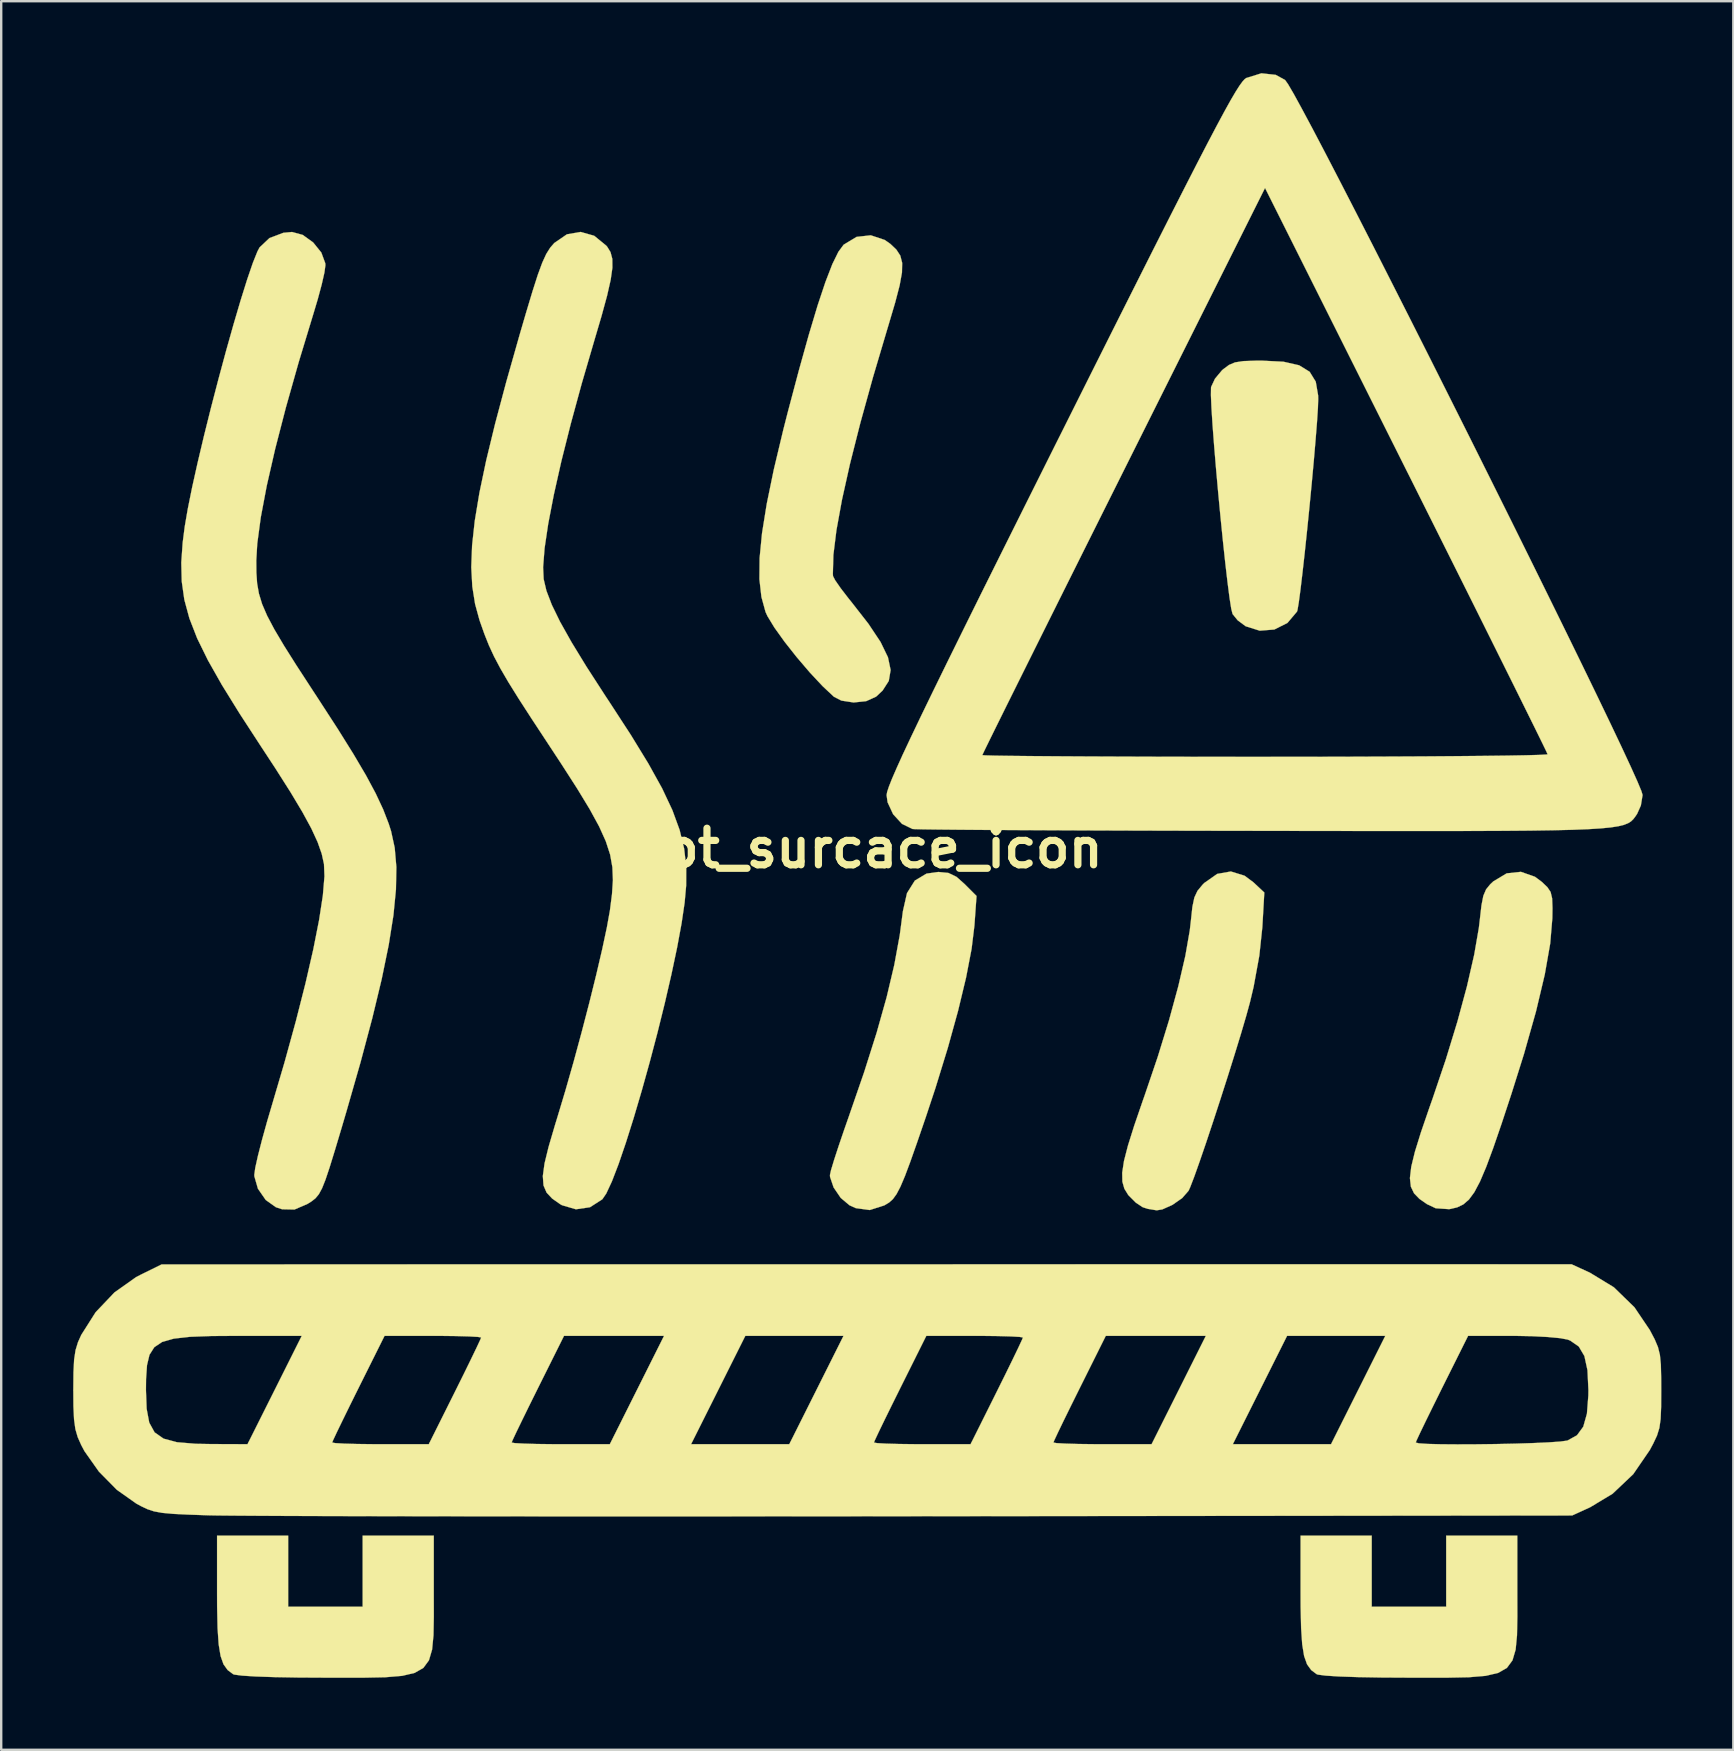
<source format=kicad_pcb>
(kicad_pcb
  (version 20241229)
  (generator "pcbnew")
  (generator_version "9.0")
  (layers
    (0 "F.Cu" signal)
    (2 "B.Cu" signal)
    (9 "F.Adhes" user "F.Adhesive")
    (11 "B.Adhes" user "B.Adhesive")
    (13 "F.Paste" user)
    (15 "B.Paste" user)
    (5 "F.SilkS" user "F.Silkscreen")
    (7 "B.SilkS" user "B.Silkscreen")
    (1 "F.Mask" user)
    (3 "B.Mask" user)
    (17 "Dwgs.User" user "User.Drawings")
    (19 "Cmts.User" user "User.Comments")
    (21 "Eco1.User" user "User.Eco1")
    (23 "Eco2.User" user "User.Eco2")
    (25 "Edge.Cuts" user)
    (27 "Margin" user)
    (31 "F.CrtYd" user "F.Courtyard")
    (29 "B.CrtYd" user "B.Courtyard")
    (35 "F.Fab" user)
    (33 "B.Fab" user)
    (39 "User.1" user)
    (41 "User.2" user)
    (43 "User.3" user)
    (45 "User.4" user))
  (footprint "hot_surcace_icon"
    (layer "F.Cu")
    (at 33.089 32.3)
    (property "Reference" "hot_surcace_icon" (at 0 0 0) (layer "F.SilkS") (effects (font (size 1.524 1.524) (thickness 0.3))))
    (attr through_hole)
    (fp_poly (pts (xy -24.13 31.609) (xy -21.026 31.609) (xy -21.026 28.646) (xy -18.062 28.646) (xy -18.062 31.054) (xy -18.06 32.024) (xy -18.074 32.798) (xy -18.132 33.396) (xy -18.263 33.842) (xy -18.495 34.158) (xy -18.858 34.366) (xy -19.379 34.489) (xy -20.088 34.548) (xy -21.014 34.566) (xy -22.184 34.565) (xy -22.578 34.565) (xy -23.723 34.559) (xy -24.702 34.542) (xy -25.487 34.516) (xy -26.053 34.48) (xy -26.372 34.438) (xy -26.423 34.42) (xy -26.652 34.248) (xy -26.824 34.009) (xy -26.946 33.665) (xy -27.026 33.176) (xy -27.072 32.503) (xy -27.091 31.607) (xy -27.093 31.051) (xy -27.093 28.646) (xy -24.13 28.646) (xy -24.13 31.609)) (stroke (width 0.01) (type solid)) (fill yes) (layer "F.SilkS"))
    (fp_poly (pts (xy 21.026 31.609) (xy 24.13 31.609) (xy 24.13 28.646) (xy 27.093 28.646) (xy 27.093 31.054) (xy 27.095 32.024) (xy 27.081 32.798) (xy 27.024 33.396) (xy 26.893 33.842) (xy 26.66 34.158) (xy 26.298 34.366) (xy 25.776 34.489) (xy 25.067 34.548) (xy 24.142 34.566) (xy 22.972 34.565) (xy 22.578 34.565) (xy 21.432 34.559) (xy 20.454 34.542) (xy 19.669 34.516) (xy 19.103 34.48) (xy 18.784 34.438) (xy 18.732 34.42) (xy 18.503 34.248) (xy 18.331 34.009) (xy 18.209 33.665) (xy 18.129 33.176) (xy 18.084 32.503) (xy 18.064 31.607) (xy 18.062 31.051) (xy 18.062 28.646) (xy 21.026 28.646) (xy 21.026 31.609)) (stroke (width 0.01) (type solid)) (fill yes) (layer "F.SilkS"))
    (fp_poly (pts (xy 3.385 1.029) (xy 3.72 1.19) (xy 4.056 1.488) (xy 4.557 1.989) (xy 4.469 3.224) (xy 4.351 4.194) (xy 4.121 5.388) (xy 3.788 6.773) (xy 3.361 8.316) (xy 2.847 9.986) (xy 2.448 11.19) (xy 2.089 12.236) (xy 1.803 13.048) (xy 1.575 13.658) (xy 1.387 14.102) (xy 1.225 14.411) (xy 1.073 14.621) (xy 0.915 14.763) (xy 0.735 14.872) (xy 0.71 14.885) (xy 0.107 15.077) (xy -0.475 14.998) (xy -0.739 14.878) (xy -1.102 14.572) (xy -1.398 14.138) (xy -1.547 13.699) (xy -1.552 13.619) (xy -1.507 13.415) (xy -1.381 12.996) (xy -1.19 12.412) (xy -0.951 11.71) (xy -0.769 11.191) (xy -0.126 9.329) (xy 0.397 7.679) (xy 0.812 6.204) (xy 1.129 4.865) (xy 1.357 3.624) (xy 1.489 2.622) (xy 1.66 1.868) (xy 1.987 1.347) (xy 2.474 1.057) (xy 2.967 0.988) (xy 3.385 1.029)) (stroke (width 0.01) (type solid)) (fill yes) (layer "F.SilkS"))
    (fp_poly (pts (xy 27.83 1.189) (xy 28.114 1.401) (xy 28.345 1.621) (xy 28.481 1.822) (xy 28.544 2.086) (xy 28.559 2.492) (xy 28.553 2.918) (xy 28.465 3.968) (xy 28.238 5.261) (xy 27.873 6.798) (xy 27.37 8.578) (xy 26.85 10.231) (xy 26.437 11.483) (xy 26.09 12.492) (xy 25.795 13.286) (xy 25.538 13.891) (xy 25.303 14.334) (xy 25.076 14.643) (xy 24.842 14.844) (xy 24.587 14.966) (xy 24.296 15.034) (xy 24.253 15.041) (xy 23.693 15.003) (xy 23.328 14.831) (xy 23.014 14.612) (xy 22.79 14.381) (xy 22.658 14.104) (xy 22.618 13.745) (xy 22.674 13.272) (xy 22.826 12.649) (xy 23.076 11.842) (xy 23.427 10.818) (xy 23.56 10.442) (xy 24.116 8.797) (xy 24.599 7.219) (xy 24.996 5.752) (xy 25.297 4.437) (xy 25.491 3.319) (xy 25.531 2.981) (xy 25.6 2.379) (xy 25.678 1.982) (xy 25.792 1.714) (xy 25.968 1.498) (xy 26.093 1.381) (xy 26.651 1.046) (xy 27.244 0.983) (xy 27.83 1.189)) (stroke (width 0.01) (type solid)) (fill yes) (layer "F.SilkS"))
    (fp_poly (pts (xy 17.349 -20.275) (xy 18.001 -20.127) (xy 18.439 -19.857) (xy 18.694 -19.444) (xy 18.793 -18.87) (xy 18.796 -18.718) (xy 18.784 -18.345) (xy 18.746 -17.766) (xy 18.687 -17.021) (xy 18.613 -16.154) (xy 18.526 -15.207) (xy 18.431 -14.223) (xy 18.332 -13.244) (xy 18.234 -12.314) (xy 18.14 -11.474) (xy 18.056 -10.767) (xy 17.985 -10.236) (xy 17.932 -9.924) (xy 17.914 -9.864) (xy 17.513 -9.389) (xy 16.97 -9.116) (xy 16.359 -9.067) (xy 15.773 -9.251) (xy 15.438 -9.501) (xy 15.228 -9.76) (xy 15.173 -9.977) (xy 15.101 -10.434) (xy 15.017 -11.087) (xy 14.923 -11.896) (xy 14.824 -12.817) (xy 14.724 -13.81) (xy 14.627 -14.83) (xy 14.537 -15.837) (xy 14.458 -16.788) (xy 14.393 -17.641) (xy 14.348 -18.354) (xy 14.325 -18.884) (xy 14.329 -19.19) (xy 14.333 -19.223) (xy 14.495 -19.569) (xy 14.786 -19.917) (xy 14.838 -19.963) (xy 15.078 -20.141) (xy 15.33 -20.248) (xy 15.675 -20.301) (xy 16.191 -20.319) (xy 16.457 -20.32) (xy 17.349 -20.275)) (stroke (width 0.01) (type solid)) (fill yes) (layer "F.SilkS"))
    (fp_poly (pts (xy 15.726 1.144) (xy 16.092 1.416) (xy 16.55 1.844) (xy 16.468 3.286) (xy 16.342 4.476) (xy 16.104 5.776) (xy 15.951 6.421) (xy 15.796 6.986) (xy 15.581 7.718) (xy 15.32 8.57) (xy 15.029 9.498) (xy 14.722 10.456) (xy 14.414 11.399) (xy 14.12 12.282) (xy 13.853 13.06) (xy 13.63 13.688) (xy 13.464 14.119) (xy 13.394 14.273) (xy 13.13 14.576) (xy 12.725 14.86) (xy 12.3 15.051) (xy 12.065 15.089) (xy 11.696 15.028) (xy 11.485 14.961) (xy 11.193 14.767) (xy 10.89 14.463) (xy 10.874 14.442) (xy 10.719 14.191) (xy 10.635 13.896) (xy 10.628 13.52) (xy 10.703 13.029) (xy 10.868 12.389) (xy 11.127 11.564) (xy 11.486 10.519) (xy 11.563 10.301) (xy 12.108 8.696) (xy 12.58 7.165) (xy 12.966 5.75) (xy 13.258 4.49) (xy 13.444 3.427) (xy 13.49 3.025) (xy 13.553 2.441) (xy 13.635 2.053) (xy 13.765 1.775) (xy 13.975 1.521) (xy 14.049 1.446) (xy 14.587 1.069) (xy 15.156 0.968) (xy 15.726 1.144)) (stroke (width 0.01) (type solid)) (fill yes) (layer "F.SilkS"))
    (fp_poly (pts (xy 0.732 -25.35) (xy 0.967 -25.185) (xy 1.216 -24.948) (xy 1.38 -24.698) (xy 1.458 -24.395) (xy 1.45 -23.995) (xy 1.353 -23.458) (xy 1.166 -22.741) (xy 0.888 -21.803) (xy 0.861 -21.714) (xy 0.24 -19.622) (xy -0.287 -17.718) (xy -0.718 -16.015) (xy -1.05 -14.524) (xy -1.281 -13.256) (xy -1.409 -12.223) (xy -1.43 -11.437) (xy -1.424 -11.342) (xy -1.333 -11.166) (xy -1.104 -10.836) (xy -0.78 -10.415) (xy -0.668 -10.277) (xy 0.05 -9.357) (xy 0.559 -8.593) (xy 0.866 -7.958) (xy 0.977 -7.427) (xy 0.9 -6.973) (xy 0.642 -6.571) (xy 0.372 -6.318) (xy -0.041 -6.13) (xy -0.566 -6.075) (xy -1.075 -6.153) (xy -1.389 -6.315) (xy -1.863 -6.76) (xy -2.395 -7.33) (xy -2.937 -7.965) (xy -3.444 -8.607) (xy -3.866 -9.196) (xy -4.157 -9.675) (xy -4.236 -9.848) (xy -4.407 -10.472) (xy -4.491 -11.212) (xy -4.483 -12.09) (xy -4.382 -13.131) (xy -4.185 -14.356) (xy -3.89 -15.788) (xy -3.493 -17.451) (xy -3.309 -18.172) (xy -2.845 -19.921) (xy -2.431 -21.403) (xy -2.063 -22.628) (xy -1.737 -23.605) (xy -1.451 -24.344) (xy -1.2 -24.856) (xy -0.982 -25.151) (xy -0.98 -25.153) (xy -0.442 -25.478) (xy 0.15 -25.544) (xy 0.732 -25.35)) (stroke (width 0.01) (type solid)) (fill yes) (layer "F.SilkS"))
    (fp_poly (pts (xy -23.523 -25.56) (xy -23.089 -25.247) (xy -22.748 -24.825) (xy -22.583 -24.377) (xy -22.578 -24.297) (xy -22.619 -23.993) (xy -22.732 -23.495) (xy -22.899 -22.874) (xy -23.073 -22.292) (xy -23.693 -20.251) (xy -24.227 -18.362) (xy -24.671 -16.644) (xy -25.021 -15.115) (xy -25.271 -13.793) (xy -25.418 -12.698) (xy -25.459 -11.994) (xy -25.455 -11.487) (xy -25.424 -11.037) (xy -25.349 -10.612) (xy -25.216 -10.175) (xy -25.007 -9.691) (xy -24.708 -9.125) (xy -24.303 -8.442) (xy -23.776 -7.606) (xy -23.11 -6.584) (xy -22.874 -6.223) (xy -22.068 -4.98) (xy -21.413 -3.931) (xy -20.89 -3.044) (xy -20.483 -2.285) (xy -20.172 -1.621) (xy -19.94 -1.021) (xy -19.842 -0.715) (xy -19.69 -0.02) (xy -19.621 0.784) (xy -19.638 1.714) (xy -19.743 2.791) (xy -19.94 4.03) (xy -20.232 5.452) (xy -20.623 7.075) (xy -21.113 8.916) (xy -21.709 10.994) (xy -21.9 11.642) (xy -22.182 12.584) (xy -22.401 13.294) (xy -22.574 13.811) (xy -22.718 14.172) (xy -22.851 14.417) (xy -22.989 14.585) (xy -23.151 14.713) (xy -23.328 14.824) (xy -23.867 15.056) (xy -24.381 15.045) (xy -24.64 14.961) (xy -25.065 14.658) (xy -25.39 14.189) (xy -25.539 13.671) (xy -25.541 13.604) (xy -25.501 13.316) (xy -25.389 12.814) (xy -25.22 12.153) (xy -25.008 11.388) (xy -24.824 10.765) (xy -24.282 8.924) (xy -23.809 7.206) (xy -23.408 5.63) (xy -23.084 4.219) (xy -22.841 2.991) (xy -22.684 1.968) (xy -22.617 1.17) (xy -22.637 0.659) (xy -22.732 0.228) (xy -22.903 -0.257) (xy -23.165 -0.826) (xy -23.536 -1.508) (xy -24.03 -2.334) (xy -24.665 -3.333) (xy -25.255 -4.233) (xy -26.152 -5.611) (xy -26.888 -6.8) (xy -27.474 -7.835) (xy -27.923 -8.75) (xy -28.246 -9.58) (xy -28.457 -10.359) (xy -28.565 -11.122) (xy -28.584 -11.903) (xy -28.526 -12.736) (xy -28.44 -13.407) (xy -28.314 -14.14) (xy -28.132 -15.041) (xy -27.902 -16.072) (xy -27.636 -17.194) (xy -27.343 -18.369) (xy -27.033 -19.559) (xy -26.718 -20.726) (xy -26.407 -21.831) (xy -26.11 -22.837) (xy -25.838 -23.705) (xy -25.601 -24.397) (xy -25.409 -24.875) (xy -25.32 -25.042) (xy -24.909 -25.429) (xy -24.331 -25.648) (xy -23.968 -25.682) (xy -23.523 -25.56)) (stroke (width 0.01) (type solid)) (fill yes) (layer "F.SilkS"))
    (fp_poly (pts (xy -11.378 -25.525) (xy -10.87 -25.11) (xy -10.833 -25.066) (xy -10.696 -24.842) (xy -10.622 -24.561) (xy -10.619 -24.188) (xy -10.69 -23.688) (xy -10.84 -23.026) (xy -11.075 -22.165) (xy -11.37 -21.165) (xy -11.895 -19.369) (xy -12.354 -17.685) (xy -12.744 -16.134) (xy -13.058 -14.738) (xy -13.293 -13.521) (xy -13.444 -12.504) (xy -13.506 -11.71) (xy -13.483 -11.217) (xy -13.367 -10.728) (xy -13.143 -10.144) (xy -12.8 -9.44) (xy -12.324 -8.592) (xy -11.703 -7.575) (xy -10.922 -6.367) (xy -10.725 -6.068) (xy -9.838 -4.704) (xy -9.117 -3.525) (xy -8.547 -2.497) (xy -8.118 -1.587) (xy -7.816 -0.761) (xy -7.628 0.016) (xy -7.541 0.777) (xy -7.544 1.557) (xy -7.608 2.269) (xy -7.735 3.129) (xy -7.921 4.135) (xy -8.157 5.252) (xy -8.432 6.443) (xy -8.737 7.674) (xy -9.062 8.908) (xy -9.397 10.11) (xy -9.732 11.244) (xy -10.057 12.274) (xy -10.362 13.166) (xy -10.638 13.883) (xy -10.874 14.39) (xy -11.036 14.628) (xy -11.551 14.96) (xy -12.138 15.046) (xy -12.719 14.876) (xy -12.797 14.831) (xy -13.13 14.597) (xy -13.36 14.351) (xy -13.489 14.052) (xy -13.517 13.66) (xy -13.446 13.136) (xy -13.276 12.44) (xy -13.009 11.531) (xy -12.901 11.179) (xy -12.573 10.088) (xy -12.234 8.9) (xy -11.899 7.665) (xy -11.579 6.436) (xy -11.289 5.265) (xy -11.041 4.203) (xy -10.849 3.303) (xy -10.725 2.616) (xy -10.718 2.568) (xy -10.634 1.909) (xy -10.596 1.329) (xy -10.618 0.792) (xy -10.712 0.264) (xy -10.893 -0.292) (xy -11.173 -0.912) (xy -11.566 -1.631) (xy -12.084 -2.484) (xy -12.742 -3.508) (xy -13.295 -4.35) (xy -13.977 -5.387) (xy -14.522 -6.23) (xy -14.951 -6.919) (xy -15.286 -7.494) (xy -15.55 -7.993) (xy -15.764 -8.456) (xy -15.95 -8.922) (xy -16.13 -9.431) (xy -16.156 -9.507) (xy -16.34 -10.178) (xy -16.456 -10.906) (xy -16.499 -11.712) (xy -16.465 -12.618) (xy -16.353 -13.647) (xy -16.158 -14.821) (xy -15.877 -16.161) (xy -15.506 -17.689) (xy -15.043 -19.428) (xy -14.484 -21.399) (xy -14.222 -22.296) (xy -13.946 -23.213) (xy -13.725 -23.902) (xy -13.54 -24.404) (xy -13.375 -24.765) (xy -13.211 -25.026) (xy -13.04 -25.224) (xy -12.513 -25.585) (xy -11.943 -25.684) (xy -11.378 -25.525)) (stroke (width 0.01) (type solid)) (fill yes) (layer "F.SilkS"))
    (fp_poly (pts (xy 17.026 -32.23) (xy 17.416 -32.016) (xy 17.539 -31.843) (xy 17.776 -31.437) (xy 18.116 -30.816) (xy 18.552 -30.001) (xy 19.072 -29.01) (xy 19.667 -27.863) (xy 20.327 -26.58) (xy 21.043 -25.181) (xy 21.804 -23.683) (xy 22.602 -22.108) (xy 23.426 -20.475) (xy 24.266 -18.802) (xy 25.114 -17.11) (xy 25.958 -15.418) (xy 26.79 -13.746) (xy 27.599 -12.112) (xy 28.376 -10.537) (xy 29.111 -9.041) (xy 29.795 -7.641) (xy 30.417 -6.359) (xy 30.968 -5.213) (xy 31.438 -4.223) (xy 31.817 -3.408) (xy 32.096 -2.789) (xy 32.265 -2.383) (xy 32.314 -2.219) (xy 32.243 -1.782) (xy 32.084 -1.428) (xy 32.005 -1.313) (xy 31.927 -1.211) (xy 31.834 -1.121) (xy 31.71 -1.043) (xy 31.538 -0.975) (xy 31.302 -0.917) (xy 30.985 -0.868) (xy 30.572 -0.828) (xy 30.046 -0.795) (xy 29.391 -0.769) (xy 28.591 -0.75) (xy 27.629 -0.735) (xy 26.489 -0.726) (xy 25.155 -0.72) (xy 23.61 -0.718) (xy 21.839 -0.718) (xy 19.824 -0.72) (xy 17.55 -0.723) (xy 16.55 -0.725) (xy 14.555 -0.728) (xy 12.637 -0.732) (xy 10.814 -0.737) (xy 9.107 -0.743) (xy 7.533 -0.75) (xy 6.113 -0.757) (xy 4.865 -0.764) (xy 3.809 -0.772) (xy 2.965 -0.78) (xy 2.35 -0.788) (xy 1.985 -0.797) (xy 1.889 -0.803) (xy 1.451 -1.016) (xy 1.081 -1.418) (xy 0.85 -1.915) (xy 0.809 -2.215) (xy 0.832 -2.347) (xy 0.906 -2.571) (xy 1.036 -2.9) (xy 1.229 -3.344) (xy 1.472 -3.88) (xy 4.798 -3.88) (xy 4.935 -3.87) (xy 5.335 -3.859) (xy 5.975 -3.85) (xy 6.835 -3.841) (xy 7.895 -3.833) (xy 9.133 -3.826) (xy 10.53 -3.82) (xy 12.065 -3.815) (xy 13.716 -3.812) (xy 15.463 -3.81) (xy 16.581 -3.81) (xy 18.377 -3.811) (xy 20.089 -3.815) (xy 21.698 -3.821) (xy 23.181 -3.828) (xy 24.519 -3.838) (xy 25.691 -3.849) (xy 26.676 -3.861) (xy 27.453 -3.875) (xy 28.003 -3.89) (xy 28.303 -3.906) (xy 28.356 -3.916) (xy 28.293 -4.055) (xy 28.112 -4.428) (xy 27.822 -5.018) (xy 27.432 -5.807) (xy 26.951 -6.778) (xy 26.387 -7.912) (xy 25.75 -9.193) (xy 25.048 -10.602) (xy 24.289 -12.121) (xy 23.483 -13.733) (xy 22.639 -15.421) (xy 22.464 -15.769) (xy 16.58 -27.517) (xy 10.689 -15.734) (xy 9.838 -14.031) (xy 9.024 -12.401) (xy 8.256 -10.861) (xy 7.542 -9.428) (xy 6.891 -8.12) (xy 6.312 -6.955) (xy 5.813 -5.951) (xy 5.404 -5.124) (xy 5.093 -4.493) (xy 4.889 -4.076) (xy 4.801 -3.889) (xy 4.798 -3.88) (xy 1.472 -3.88) (xy 1.489 -3.918) (xy 1.824 -4.631) (xy 2.238 -5.497) (xy 2.738 -6.528) (xy 3.329 -7.736) (xy 4.018 -9.133) (xy 4.809 -10.731) (xy 5.71 -12.541) (xy 6.725 -14.577) (xy 7.861 -16.851) (xy 8.095 -17.318) (xy 9.225 -19.577) (xy 10.237 -21.597) (xy 11.138 -23.39) (xy 11.933 -24.97) (xy 12.631 -26.35) (xy 13.238 -27.543) (xy 13.76 -28.563) (xy 14.205 -29.422) (xy 14.58 -30.134) (xy 14.891 -30.712) (xy 15.145 -31.169) (xy 15.35 -31.519) (xy 15.512 -31.774) (xy 15.638 -31.948) (xy 15.734 -32.053) (xy 15.797 -32.099) (xy 16.429 -32.295) (xy 17.026 -32.23)) (stroke (width 0.01) (type solid)) (fill yes) (layer "F.SilkS"))
    (fp_poly (pts (xy 30.117 17.687) (xy 31.116 18.295) (xy 31.975 19.13) (xy 32.612 20.073) (xy 32.819 20.466) (xy 32.955 20.788) (xy 33.036 21.115) (xy 33.076 21.521) (xy 33.089 22.084) (xy 33.091 22.578) (xy 33.087 23.285) (xy 33.066 23.787) (xy 33.014 24.157) (xy 32.916 24.474) (xy 32.757 24.812) (xy 32.612 25.083) (xy 31.924 26.086) (xy 31.062 26.902) (xy 30.13 27.463) (xy 29.378 27.807) (xy 2.095 27.838) (xy -0.695 27.841) (xy -3.43 27.843) (xy -6.094 27.844) (xy -8.673 27.845) (xy -11.151 27.845) (xy -13.513 27.844) (xy -15.745 27.842) (xy -17.83 27.84) (xy -19.755 27.837) (xy -21.503 27.833) (xy -23.06 27.829) (xy -24.41 27.824) (xy -25.539 27.818) (xy -26.431 27.812) (xy -27.071 27.806) (xy -27.445 27.799) (xy -27.446 27.799) (xy -28.299 27.77) (xy -28.925 27.739) (xy -29.379 27.697) (xy -29.718 27.635) (xy -29.995 27.544) (xy -30.266 27.415) (xy -30.459 27.31) (xy -31.269 26.737) (xy -32.018 25.977) (xy -32.619 25.125) (xy -32.752 24.875) (xy -32.901 24.54) (xy -32.998 24.206) (xy -33.053 23.802) (xy -33.079 23.255) (xy -33.084 22.58) (xy -30.057 22.58) (xy -30.028 23.359) (xy -29.92 23.936) (xy -29.697 24.342) (xy -29.322 24.604) (xy -28.761 24.754) (xy -27.978 24.819) (xy -27.341 24.83) (xy -25.825 24.836) (xy -25.79 24.766) (xy -22.296 24.766) (xy -22.163 24.791) (xy -21.798 24.812) (xy -21.251 24.827) (xy -20.571 24.835) (xy -20.283 24.836) (xy -18.27 24.836) (xy -18.235 24.766) (xy -14.817 24.766) (xy -14.684 24.791) (xy -14.318 24.811) (xy -13.77 24.827) (xy -13.088 24.835) (xy -12.771 24.836) (xy -10.726 24.836) (xy -7.339 24.836) (xy -3.247 24.836) (xy -3.212 24.766) (xy 0.282 24.766) (xy 0.415 24.791) (xy 0.78 24.812) (xy 1.327 24.827) (xy 2.006 24.835) (xy 2.295 24.836) (xy 4.308 24.836) (xy 4.343 24.766) (xy 7.761 24.766) (xy 7.894 24.791) (xy 8.259 24.811) (xy 8.808 24.827) (xy 9.49 24.835) (xy 9.806 24.836) (xy 11.852 24.836) (xy 15.238 24.836) (xy 19.331 24.836) (xy 19.365 24.766) (xy 22.86 24.766) (xy 22.993 24.8) (xy 23.359 24.824) (xy 23.911 24.838) (xy 24.599 24.843) (xy 25.375 24.84) (xy 26.191 24.83) (xy 26.997 24.813) (xy 27.746 24.789) (xy 28.39 24.76) (xy 28.879 24.726) (xy 29.165 24.687) (xy 29.193 24.679) (xy 29.581 24.463) (xy 29.843 24.105) (xy 29.995 23.565) (xy 30.054 22.803) (xy 30.057 22.578) (xy 30.018 21.755) (xy 29.89 21.164) (xy 29.656 20.766) (xy 29.301 20.519) (xy 29.193 20.476) (xy 28.883 20.417) (xy 28.361 20.368) (xy 27.698 20.334) (xy 26.963 20.32) (xy 26.894 20.32) (xy 25.043 20.32) (xy 23.951 22.508) (xy 23.596 23.226) (xy 23.288 23.853) (xy 23.05 24.346) (xy 22.901 24.665) (xy 22.86 24.766) (xy 19.365 24.766) (xy 21.592 20.32) (xy 17.499 20.32) (xy 15.238 24.836) (xy 11.852 24.836) (xy 14.113 20.32) (xy 9.944 20.32) (xy 8.853 22.508) (xy 8.497 23.226) (xy 8.189 23.853) (xy 7.951 24.346) (xy 7.802 24.665) (xy 7.761 24.766) (xy 4.343 24.766) (xy 5.4 22.647) (xy 5.756 21.93) (xy 6.063 21.303) (xy 6.301 20.809) (xy 6.45 20.49) (xy 6.491 20.389) (xy 6.358 20.365) (xy 5.993 20.344) (xy 5.446 20.329) (xy 4.767 20.321) (xy 4.478 20.32) (xy 2.465 20.32) (xy 1.374 22.508) (xy 1.018 23.226) (xy 0.71 23.853) (xy 0.472 24.346) (xy 0.323 24.665) (xy 0.282 24.766) (xy -3.212 24.766) (xy -0.986 20.32) (xy -5.078 20.32) (xy -7.339 24.836) (xy -10.726 24.836) (xy -8.465 20.32) (xy -12.634 20.32) (xy -13.725 22.508) (xy -14.081 23.226) (xy -14.388 23.853) (xy -14.627 24.346) (xy -14.776 24.665) (xy -14.817 24.766) (xy -18.235 24.766) (xy -17.178 22.647) (xy -16.822 21.93) (xy -16.515 21.303) (xy -16.277 20.809) (xy -16.128 20.49) (xy -16.087 20.389) (xy -16.219 20.365) (xy -16.584 20.344) (xy -17.132 20.329) (xy -17.811 20.321) (xy -18.1 20.32) (xy -20.113 20.32) (xy -21.204 22.508) (xy -21.56 23.226) (xy -21.867 23.853) (xy -22.106 24.346) (xy -22.255 24.665) (xy -22.296 24.766) (xy -25.79 24.766) (xy -24.694 22.578) (xy -23.564 20.32) (xy -26.18 20.32) (xy -27.326 20.327) (xy -28.221 20.36) (xy -28.896 20.436) (xy -29.382 20.575) (xy -29.709 20.794) (xy -29.91 21.111) (xy -30.013 21.543) (xy -30.052 22.111) (xy -30.057 22.58) (xy -33.084 22.58) (xy -33.084 22.578) (xy -33.077 21.838) (xy -33.05 21.308) (xy -32.99 20.915) (xy -32.889 20.584) (xy -32.752 20.28) (xy -32.154 19.337) (xy -31.368 18.51) (xy -30.469 17.874) (xy -30.283 17.777) (xy -29.4 17.342) (xy 29.351 17.336) (xy 30.117 17.687)) (stroke (width 0.01) (type solid)) (fill yes) (layer "F.SilkS")))
  (gr_rect
    (start -3 -3)
    (end 69.185 69.871)
    (stroke (width 0.1) (type default))
    (fill no)
    (layer "Edge.Cuts")))
</source>
